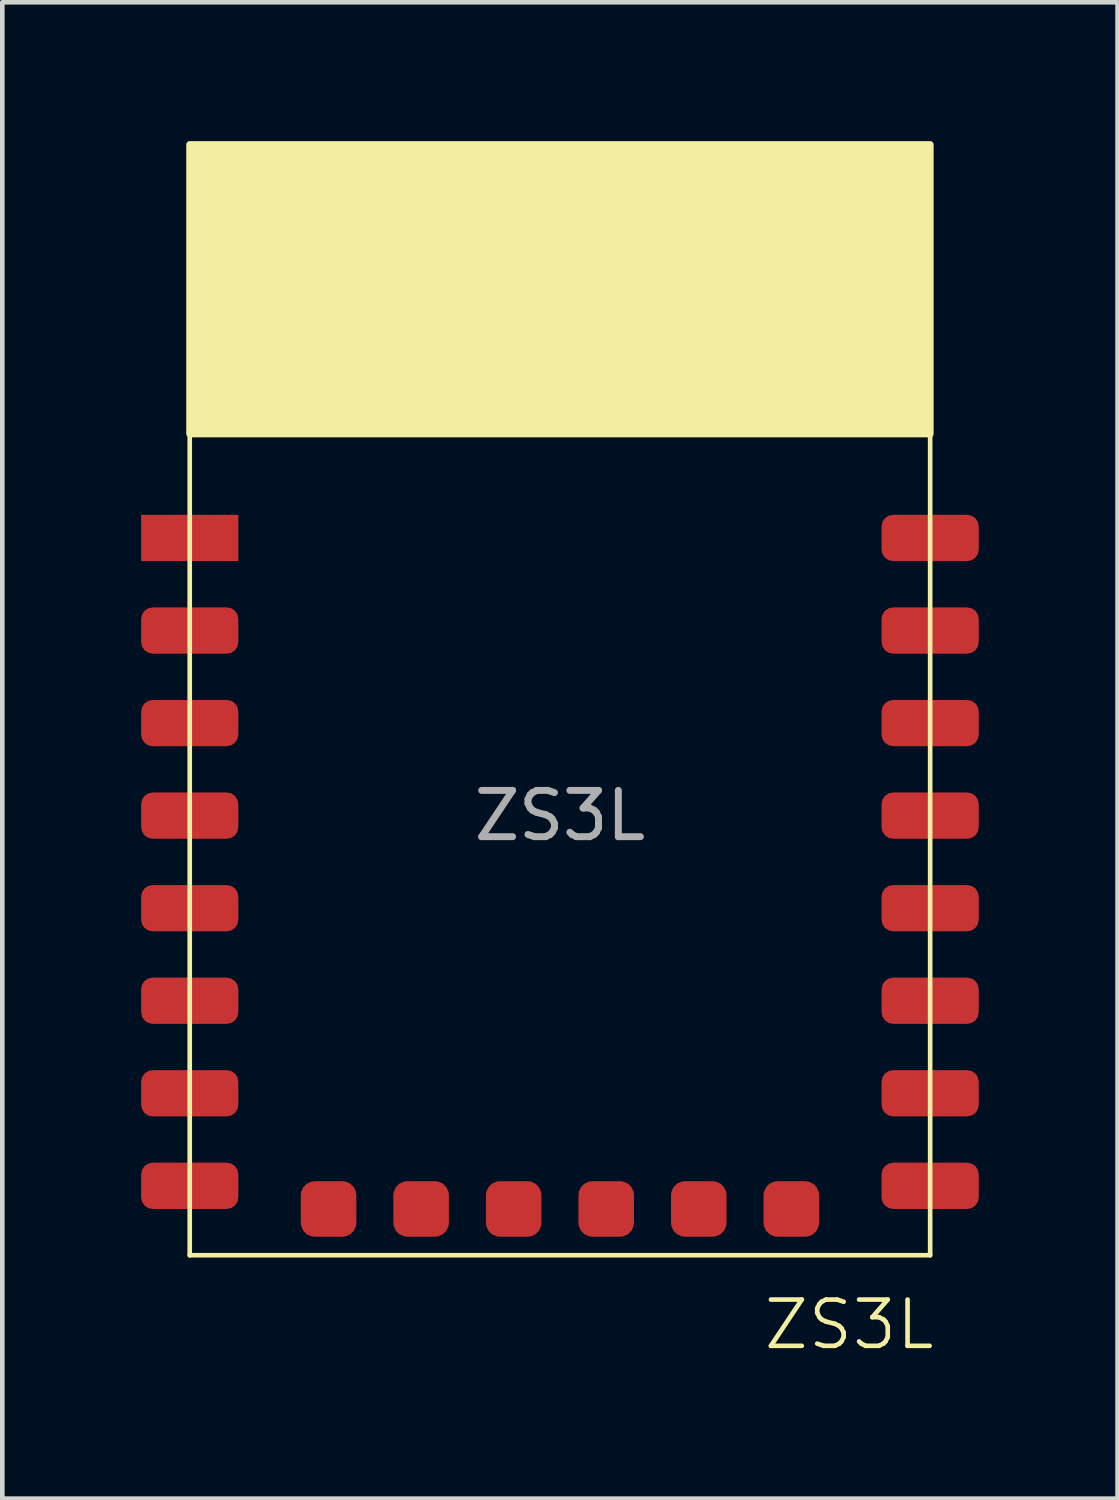
<source format=kicad_pcb>
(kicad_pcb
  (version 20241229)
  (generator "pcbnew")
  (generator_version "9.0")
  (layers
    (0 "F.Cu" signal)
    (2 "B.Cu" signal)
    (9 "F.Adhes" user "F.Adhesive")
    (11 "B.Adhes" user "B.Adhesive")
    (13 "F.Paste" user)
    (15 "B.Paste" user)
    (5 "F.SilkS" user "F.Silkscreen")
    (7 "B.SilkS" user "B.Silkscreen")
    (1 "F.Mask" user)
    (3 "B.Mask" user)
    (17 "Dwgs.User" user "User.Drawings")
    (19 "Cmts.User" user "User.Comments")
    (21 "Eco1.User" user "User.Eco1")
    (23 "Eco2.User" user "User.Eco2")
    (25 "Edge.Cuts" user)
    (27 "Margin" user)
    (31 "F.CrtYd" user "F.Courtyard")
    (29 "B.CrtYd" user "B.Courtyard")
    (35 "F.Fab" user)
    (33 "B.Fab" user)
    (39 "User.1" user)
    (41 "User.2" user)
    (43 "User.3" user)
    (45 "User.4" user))
  (footprint "ZS3L"
    (layer "F.Cu")
    (at 9.05 12.075)
    (property "Reference" "ZS3L" (at 6.25 13.5 0) (unlocked yes) (layer "F.SilkS") (effects (font (size 1 1) (thickness 0.1))))
    (attr smd)
    (fp_line (start -8 -12) (end 8 -12) (stroke (width 0.1) (type default)) (layer "F.SilkS"))
    (fp_line (start -8 12) (end -8 -12) (stroke (width 0.1) (type default)) (layer "F.SilkS"))
    (fp_line (start 8 -12) (end 8 12) (stroke (width 0.1) (type default)) (layer "F.SilkS"))
    (fp_line (start 8 12) (end -8 12) (stroke (width 0.1) (type default)) (layer "F.SilkS"))
    (fp_rect (start -8 -12) (end 8 -5.75) (stroke (width 0.15) (type solid)) (fill yes) (layer "F.SilkS"))
    (fp_text user "${REFERENCE}" (at 0 2.5 0) (unlocked yes) (layer "F.Fab") (effects (font (size 1 1) (thickness 0.15))))
    (pad "1" smd rect (at -8 -3.5) (size 2.1 1) (layers "F.Cu" "F.Mask" "F.Paste"))
    (pad "2" smd roundrect (at -8 -1.5) (size 2.1 1) (layers "F.Cu" "F.Mask" "F.Paste") (roundrect_rratio 0.25))
    (pad "3" smd roundrect (at -8 0.5) (size 2.1 1) (layers "F.Cu" "F.Mask" "F.Paste") (roundrect_rratio 0.25))
    (pad "4" smd roundrect (at -8 2.5) (size 2.1 1) (layers "F.Cu" "F.Mask" "F.Paste") (roundrect_rratio 0.25))
    (pad "5" smd roundrect (at -8 4.5) (size 2.1 1) (layers "F.Cu" "F.Mask" "F.Paste") (roundrect_rratio 0.25))
    (pad "6" smd roundrect (at -8 6.5) (size 2.1 1) (layers "F.Cu" "F.Mask" "F.Paste") (roundrect_rratio 0.25))
    (pad "7" smd roundrect (at -8 8.5) (size 2.1 1) (layers "F.Cu" "F.Mask" "F.Paste") (roundrect_rratio 0.25))
    (pad "8" smd roundrect (at -8 10.5) (size 2.1 1) (layers "F.Cu" "F.Mask" "F.Paste") (roundrect_rratio 0.25))
    (pad "9" smd roundrect (at 8 10.5 180) (size 2.1 1) (layers "F.Cu" "F.Mask" "F.Paste") (roundrect_rratio 0.25))
    (pad "10" smd roundrect (at 8 8.5 180) (size 2.1 1) (layers "F.Cu" "F.Mask" "F.Paste") (roundrect_rratio 0.25))
    (pad "11" smd roundrect (at 8 6.5 180) (size 2.1 1) (layers "F.Cu" "F.Mask" "F.Paste") (roundrect_rratio 0.25))
    (pad "12" smd roundrect (at 8 4.5 180) (size 2.1 1) (layers "F.Cu" "F.Mask" "F.Paste") (roundrect_rratio 0.25))
    (pad "13" smd roundrect (at 8 2.5 180) (size 2.1 1) (layers "F.Cu" "F.Mask" "F.Paste") (roundrect_rratio 0.25))
    (pad "14" smd roundrect (at 8 0.5 180) (size 2.1 1) (layers "F.Cu" "F.Mask" "F.Paste") (roundrect_rratio 0.25))
    (pad "15" smd roundrect (at 8 -1.5 180) (size 2.1 1) (layers "F.Cu" "F.Mask" "F.Paste") (roundrect_rratio 0.25))
    (pad "16" smd roundrect (at 8 -3.5 180) (size 2.1 1) (layers "F.Cu" "F.Mask" "F.Paste") (roundrect_rratio 0.25))
    (pad "17" smd roundrect (at -5 11 270) (size 1.2 1.2) (layers "F.Cu" "F.Mask" "F.Paste") (roundrect_rratio 0.25))
    (pad "18" smd roundrect (at -3 11 270) (size 1.2 1.2) (layers "F.Cu" "F.Mask" "F.Paste") (roundrect_rratio 0.25))
    (pad "19" smd roundrect (at -1 11 270) (size 1.2 1.2) (layers "F.Cu" "F.Mask" "F.Paste") (roundrect_rratio 0.25))
    (pad "20" smd roundrect (at 1 11 270) (size 1.2 1.2) (layers "F.Cu" "F.Mask" "F.Paste") (roundrect_rratio 0.25))
    (pad "21" smd roundrect (at 3 11 270) (size 1.2 1.2) (layers "F.Cu" "F.Mask" "F.Paste") (roundrect_rratio 0.25))
    (pad "22" smd roundrect (at 5 11 270) (size 1.2 1.2) (layers "F.Cu" "F.Mask" "F.Paste") (roundrect_rratio 0.25))
    (zone (net_name "") (layer "F.SilkS") (hatch edge 0.5) (connect_pads) (min_thickness 0.25) (filled_areas_thickness no) (keepout (tracks allowed) (vias allowed) (pads not_allowed) (copperpour allowed) (footprints not_allowed)) (placement (enabled no)) (fill) (polygon (pts (xy 1.05 0.075) (xy 17.05 0.075) (xy 17.05 24.075) (xy 1.05 24.075)))))
  (gr_rect
    (start -3 -3)
    (end 21.1 29.335)
    (stroke (width 0.1) (type default))
    (fill no)
    (layer "Edge.Cuts")))
</source>
